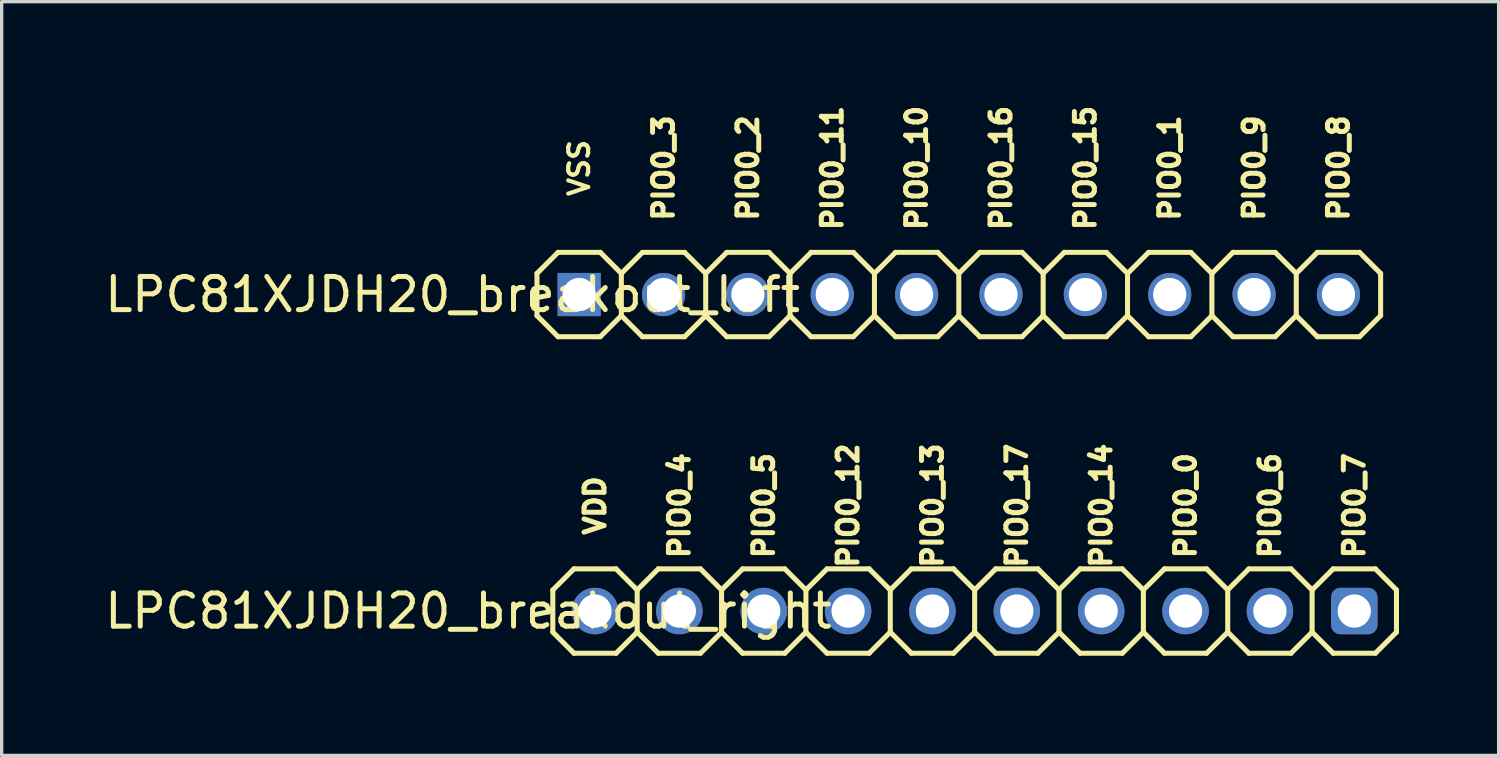
<source format=kicad_pcb>
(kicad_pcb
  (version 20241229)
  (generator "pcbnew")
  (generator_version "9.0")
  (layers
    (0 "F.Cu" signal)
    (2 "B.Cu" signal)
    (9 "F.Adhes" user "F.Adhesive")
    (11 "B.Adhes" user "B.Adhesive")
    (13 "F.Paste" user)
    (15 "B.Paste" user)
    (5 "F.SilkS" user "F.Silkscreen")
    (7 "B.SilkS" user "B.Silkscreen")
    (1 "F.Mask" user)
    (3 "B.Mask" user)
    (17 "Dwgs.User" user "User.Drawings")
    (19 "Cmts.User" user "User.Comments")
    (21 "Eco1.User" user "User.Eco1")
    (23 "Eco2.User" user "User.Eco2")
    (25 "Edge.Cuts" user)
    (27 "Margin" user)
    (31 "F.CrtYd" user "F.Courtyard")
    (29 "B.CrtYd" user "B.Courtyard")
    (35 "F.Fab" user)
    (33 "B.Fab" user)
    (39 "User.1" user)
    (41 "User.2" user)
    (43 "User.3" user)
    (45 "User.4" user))
  (footprint "LPC81XJDH20_breakout_left"
    (layer "F.Cu")
    (at 25.817 5.818)
    (property "Reference" "LPC81XJDH20_breakout_left" (at -15.24 0 0) (layer "F.SilkS") (effects (font (size 1 1) (thickness 0.15))))
    (attr exclude_from_pos_files exclude_from_bom)
    (fp_line (start -12.7 -0.635) (end -12.7 0.635) (stroke (width 0.152) (type solid)) (layer "F.SilkS"))
    (fp_line (start -12.7 0.635) (end -12.065 1.27) (stroke (width 0.152) (type solid)) (layer "F.SilkS"))
    (fp_line (start -12.065 -1.27) (end -12.7 -0.635) (stroke (width 0.152) (type solid)) (layer "F.SilkS"))
    (fp_line (start -12.065 -1.27) (end -10.795 -1.27) (stroke (width 0.152) (type solid)) (layer "F.SilkS"))
    (fp_line (start -10.795 -1.27) (end -10.16 -0.635) (stroke (width 0.152) (type solid)) (layer "F.SilkS"))
    (fp_line (start -10.795 1.27) (end -12.065 1.27) (stroke (width 0.152) (type solid)) (layer "F.SilkS"))
    (fp_line (start -10.16 -0.635) (end -10.16 0.635) (stroke (width 0.152) (type solid)) (layer "F.SilkS"))
    (fp_line (start -10.16 -0.635) (end -9.525 -1.27) (stroke (width 0.152) (type solid)) (layer "F.SilkS"))
    (fp_line (start -10.16 0.635) (end -10.795 1.27) (stroke (width 0.152) (type solid)) (layer "F.SilkS"))
    (fp_line (start -9.525 -1.27) (end -8.255 -1.27) (stroke (width 0.152) (type solid)) (layer "F.SilkS"))
    (fp_line (start -9.525 1.27) (end -10.16 0.635) (stroke (width 0.152) (type solid)) (layer "F.SilkS"))
    (fp_line (start -8.255 -1.27) (end -7.62 -0.635) (stroke (width 0.152) (type solid)) (layer "F.SilkS"))
    (fp_line (start -8.255 1.27) (end -9.525 1.27) (stroke (width 0.152) (type solid)) (layer "F.SilkS"))
    (fp_line (start -7.62 -0.635) (end -7.62 0.635) (stroke (width 0.152) (type solid)) (layer "F.SilkS"))
    (fp_line (start -7.62 -0.635) (end -6.985 -1.27) (stroke (width 0.152) (type solid)) (layer "F.SilkS"))
    (fp_line (start -7.62 0.635) (end -8.255 1.27) (stroke (width 0.152) (type solid)) (layer "F.SilkS"))
    (fp_line (start -6.985 -1.27) (end -5.715 -1.27) (stroke (width 0.152) (type solid)) (layer "F.SilkS"))
    (fp_line (start -6.985 1.27) (end -7.62 0.635) (stroke (width 0.152) (type solid)) (layer "F.SilkS"))
    (fp_line (start -5.715 -1.27) (end -5.08 -0.635) (stroke (width 0.152) (type solid)) (layer "F.SilkS"))
    (fp_line (start -5.715 1.27) (end -6.985 1.27) (stroke (width 0.152) (type solid)) (layer "F.SilkS"))
    (fp_line (start -5.08 -0.635) (end -5.08 0.635) (stroke (width 0.152) (type solid)) (layer "F.SilkS"))
    (fp_line (start -5.08 0.635) (end -5.715 1.27) (stroke (width 0.152) (type solid)) (layer "F.SilkS"))
    (fp_line (start -5.08 0.635) (end -4.445 1.27) (stroke (width 0.152) (type solid)) (layer "F.SilkS"))
    (fp_line (start -4.445 -1.27) (end -5.08 -0.635) (stroke (width 0.152) (type solid)) (layer "F.SilkS"))
    (fp_line (start -4.445 -1.27) (end -3.175 -1.27) (stroke (width 0.152) (type solid)) (layer "F.SilkS"))
    (fp_line (start -3.175 -1.27) (end -2.54 -0.635) (stroke (width 0.152) (type solid)) (layer "F.SilkS"))
    (fp_line (start -3.175 1.27) (end -4.445 1.27) (stroke (width 0.152) (type solid)) (layer "F.SilkS"))
    (fp_line (start -2.54 -0.635) (end -2.54 0.635) (stroke (width 0.152) (type solid)) (layer "F.SilkS"))
    (fp_line (start -2.54 -0.635) (end -1.905 -1.27) (stroke (width 0.152) (type solid)) (layer "F.SilkS"))
    (fp_line (start -2.54 0.635) (end -3.175 1.27) (stroke (width 0.152) (type solid)) (layer "F.SilkS"))
    (fp_line (start -1.905 -1.27) (end -0.635 -1.27) (stroke (width 0.152) (type solid)) (layer "F.SilkS"))
    (fp_line (start -1.905 1.27) (end -2.54 0.635) (stroke (width 0.152) (type solid)) (layer "F.SilkS"))
    (fp_line (start -0.635 -1.27) (end 0 -0.635) (stroke (width 0.152) (type solid)) (layer "F.SilkS"))
    (fp_line (start -0.635 1.27) (end -1.905 1.27) (stroke (width 0.152) (type solid)) (layer "F.SilkS"))
    (fp_line (start 0 -0.635) (end 0 0.635) (stroke (width 0.152) (type solid)) (layer "F.SilkS"))
    (fp_line (start 0 -0.635) (end 0.635 -1.27) (stroke (width 0.152) (type solid)) (layer "F.SilkS"))
    (fp_line (start 0 0.635) (end -0.635 1.27) (stroke (width 0.152) (type solid)) (layer "F.SilkS"))
    (fp_line (start 0.635 -1.27) (end 1.905 -1.27) (stroke (width 0.152) (type solid)) (layer "F.SilkS"))
    (fp_line (start 0.635 1.27) (end 0 0.635) (stroke (width 0.152) (type solid)) (layer "F.SilkS"))
    (fp_line (start 1.905 -1.27) (end 2.54 -0.635) (stroke (width 0.152) (type solid)) (layer "F.SilkS"))
    (fp_line (start 1.905 1.27) (end 0.635 1.27) (stroke (width 0.152) (type solid)) (layer "F.SilkS"))
    (fp_line (start 2.54 -0.635) (end 2.54 0.635) (stroke (width 0.152) (type solid)) (layer "F.SilkS"))
    (fp_line (start 2.54 0.635) (end 1.905 1.27) (stroke (width 0.152) (type solid)) (layer "F.SilkS"))
    (fp_line (start 2.54 0.635) (end 3.175 1.27) (stroke (width 0.152) (type solid)) (layer "F.SilkS"))
    (fp_line (start 3.175 -1.27) (end 2.54 -0.635) (stroke (width 0.152) (type solid)) (layer "F.SilkS"))
    (fp_line (start 3.175 -1.27) (end 4.445 -1.27) (stroke (width 0.152) (type solid)) (layer "F.SilkS"))
    (fp_line (start 4.445 -1.27) (end 5.08 -0.635) (stroke (width 0.152) (type solid)) (layer "F.SilkS"))
    (fp_line (start 4.445 1.27) (end 3.175 1.27) (stroke (width 0.152) (type solid)) (layer "F.SilkS"))
    (fp_line (start 5.08 -0.635) (end 5.08 0.635) (stroke (width 0.152) (type solid)) (layer "F.SilkS"))
    (fp_line (start 5.08 -0.635) (end 5.715 -1.27) (stroke (width 0.152) (type solid)) (layer "F.SilkS"))
    (fp_line (start 5.08 0.635) (end 4.445 1.27) (stroke (width 0.152) (type solid)) (layer "F.SilkS"))
    (fp_line (start 5.715 -1.27) (end 6.985 -1.27) (stroke (width 0.152) (type solid)) (layer "F.SilkS"))
    (fp_line (start 5.715 1.27) (end 5.08 0.635) (stroke (width 0.152) (type solid)) (layer "F.SilkS"))
    (fp_line (start 6.985 -1.27) (end 7.62 -0.635) (stroke (width 0.152) (type solid)) (layer "F.SilkS"))
    (fp_line (start 6.985 1.27) (end 5.715 1.27) (stroke (width 0.152) (type solid)) (layer "F.SilkS"))
    (fp_line (start 7.62 -0.635) (end 7.62 0.635) (stroke (width 0.152) (type solid)) (layer "F.SilkS"))
    (fp_line (start 7.62 -0.635) (end 8.255 -1.27) (stroke (width 0.152) (type solid)) (layer "F.SilkS"))
    (fp_line (start 7.62 0.635) (end 6.985 1.27) (stroke (width 0.152) (type solid)) (layer "F.SilkS"))
    (fp_line (start 8.255 -1.27) (end 9.525 -1.27) (stroke (width 0.152) (type solid)) (layer "F.SilkS"))
    (fp_line (start 8.255 1.27) (end 7.62 0.635) (stroke (width 0.152) (type solid)) (layer "F.SilkS"))
    (fp_line (start 9.525 -1.27) (end 10.16 -0.635) (stroke (width 0.152) (type solid)) (layer "F.SilkS"))
    (fp_line (start 9.525 1.27) (end 8.255 1.27) (stroke (width 0.152) (type solid)) (layer "F.SilkS"))
    (fp_line (start 10.16 -0.635) (end 10.16 0.635) (stroke (width 0.152) (type solid)) (layer "F.SilkS"))
    (fp_line (start 10.16 0.635) (end 9.525 1.27) (stroke (width 0.152) (type solid)) (layer "F.SilkS"))
    (fp_line (start 10.16 0.635) (end 10.795 1.27) (stroke (width 0.152) (type solid)) (layer "F.SilkS"))
    (fp_line (start 10.795 -1.27) (end 10.16 -0.635) (stroke (width 0.152) (type solid)) (layer "F.SilkS"))
    (fp_line (start 10.795 -1.27) (end 12.065 -1.27) (stroke (width 0.152) (type solid)) (layer "F.SilkS"))
    (fp_line (start 12.065 -1.27) (end 12.7 -0.635) (stroke (width 0.152) (type solid)) (layer "F.SilkS"))
    (fp_line (start 12.065 1.27) (end 10.795 1.27) (stroke (width 0.152) (type solid)) (layer "F.SilkS"))
    (fp_line (start 12.7 -0.635) (end 12.7 0.635) (stroke (width 0.152) (type solid)) (layer "F.SilkS"))
    (fp_line (start 12.7 0.635) (end 12.065 1.27) (stroke (width 0.152) (type solid)) (layer "F.SilkS"))
    (fp_text user "PIO0_10" (at -1.27 -3.81 90) (layer "F.SilkS") (effects (font (size 0.6 0.6) (thickness 0.15))))
    (fp_text user "VSS" (at -11.43 -3.81 90) (layer "F.SilkS") (effects (font (size 0.6 0.6) (thickness 0.125))))
    (fp_text user "PIO0_16" (at 1.27 -3.81 90) (layer "F.SilkS") (effects (font (size 0.6 0.6) (thickness 0.15))))
    (fp_text user "PIO0_3" (at -8.89 -3.81 90) (layer "F.SilkS") (effects (font (size 0.6 0.6) (thickness 0.15))))
    (fp_text user "PIO0_1" (at 6.35 -3.81 90) (layer "F.SilkS") (effects (font (size 0.6 0.6) (thickness 0.15))))
    (fp_text user "PIO0_9" (at 8.89 -3.81 90) (layer "F.SilkS") (effects (font (size 0.6 0.6) (thickness 0.15))))
    (fp_text user "PIO0_8" (at 11.43 -3.81 90) (layer "F.SilkS") (effects (font (size 0.6 0.6) (thickness 0.15))))
    (fp_text user "PIO0_2" (at -6.35 -3.81 90) (layer "F.SilkS") (effects (font (size 0.6 0.6) (thickness 0.15))))
    (fp_text user "PIO0_15" (at 3.81 -3.81 90) (layer "F.SilkS") (effects (font (size 0.6 0.6) (thickness 0.15))))
    (fp_text user "PIO0_11" (at -3.81 -3.81 90) (layer "F.SilkS") (effects (font (size 0.6 0.6) (thickness 0.15))))
    (pad "1" thru_hole rect (at -11.43 0 180) (size 1.3 1.3) (drill 1) (layers "*.Cu" "*.Mask"))
    (pad "2" thru_hole circle (at -8.89 0 180) (size 1.3 1.3) (drill 1) (layers "*.Cu" "*.Mask"))
    (pad "3" thru_hole circle (at -6.35 0 180) (size 1.3 1.3) (drill 1) (layers "*.Cu" "*.Mask"))
    (pad "4" thru_hole circle (at -3.81 0 180) (size 1.3 1.3) (drill 1) (layers "*.Cu" "*.Mask"))
    (pad "5" thru_hole circle (at -1.27 0 180) (size 1.3 1.3) (drill 1) (layers "*.Cu" "*.Mask"))
    (pad "6" thru_hole circle (at 1.27 0 180) (size 1.3 1.3) (drill 1) (layers "*.Cu" "*.Mask"))
    (pad "7" thru_hole circle (at 3.81 0 180) (size 1.3 1.3) (drill 1) (layers "*.Cu" "*.Mask"))
    (pad "8" thru_hole circle (at 6.35 0 180) (size 1.3 1.3) (drill 1) (layers "*.Cu" "*.Mask"))
    (pad "9" thru_hole circle (at 8.89 0 180) (size 1.3 1.3) (drill 1) (layers "*.Cu" "*.Mask"))
    (pad "10" thru_hole circle (at 11.43 0 180) (size 1.3 1.3) (drill 1) (layers "*.Cu" "*.Mask")))
  (footprint "LPC81XJDH20_breakout_right"
    (layer "F.Cu")
    (at 26.294 15.347)
    (property "Reference" "LPC81XJDH20_breakout_right" (at -15.24 0 0) (layer "F.SilkS") (effects (font (size 1 1) (thickness 0.15))))
    (attr exclude_from_pos_files exclude_from_bom)
    (fp_line (start -12.7 -0.635) (end -12.7 0.635) (stroke (width 0.152) (type solid)) (layer "F.SilkS"))
    (fp_line (start -12.7 0.635) (end -12.065 1.27) (stroke (width 0.152) (type solid)) (layer "F.SilkS"))
    (fp_line (start -12.065 -1.27) (end -12.7 -0.635) (stroke (width 0.152) (type solid)) (layer "F.SilkS"))
    (fp_line (start -12.065 -1.27) (end -10.795 -1.27) (stroke (width 0.152) (type solid)) (layer "F.SilkS"))
    (fp_line (start -10.795 -1.27) (end -10.16 -0.635) (stroke (width 0.152) (type solid)) (layer "F.SilkS"))
    (fp_line (start -10.795 1.27) (end -12.065 1.27) (stroke (width 0.152) (type solid)) (layer "F.SilkS"))
    (fp_line (start -10.16 -0.635) (end -10.16 0.635) (stroke (width 0.152) (type solid)) (layer "F.SilkS"))
    (fp_line (start -10.16 -0.635) (end -9.525 -1.27) (stroke (width 0.152) (type solid)) (layer "F.SilkS"))
    (fp_line (start -10.16 0.635) (end -10.795 1.27) (stroke (width 0.152) (type solid)) (layer "F.SilkS"))
    (fp_line (start -9.525 -1.27) (end -8.255 -1.27) (stroke (width 0.152) (type solid)) (layer "F.SilkS"))
    (fp_line (start -9.525 1.27) (end -10.16 0.635) (stroke (width 0.152) (type solid)) (layer "F.SilkS"))
    (fp_line (start -8.255 -1.27) (end -7.62 -0.635) (stroke (width 0.152) (type solid)) (layer "F.SilkS"))
    (fp_line (start -8.255 1.27) (end -9.525 1.27) (stroke (width 0.152) (type solid)) (layer "F.SilkS"))
    (fp_line (start -7.62 -0.635) (end -7.62 0.635) (stroke (width 0.152) (type solid)) (layer "F.SilkS"))
    (fp_line (start -7.62 -0.635) (end -6.985 -1.27) (stroke (width 0.152) (type solid)) (layer "F.SilkS"))
    (fp_line (start -7.62 0.635) (end -8.255 1.27) (stroke (width 0.152) (type solid)) (layer "F.SilkS"))
    (fp_line (start -6.985 -1.27) (end -5.715 -1.27) (stroke (width 0.152) (type solid)) (layer "F.SilkS"))
    (fp_line (start -6.985 1.27) (end -7.62 0.635) (stroke (width 0.152) (type solid)) (layer "F.SilkS"))
    (fp_line (start -5.715 -1.27) (end -5.08 -0.635) (stroke (width 0.152) (type solid)) (layer "F.SilkS"))
    (fp_line (start -5.715 1.27) (end -6.985 1.27) (stroke (width 0.152) (type solid)) (layer "F.SilkS"))
    (fp_line (start -5.08 -0.635) (end -5.08 0.635) (stroke (width 0.152) (type solid)) (layer "F.SilkS"))
    (fp_line (start -5.08 0.635) (end -5.715 1.27) (stroke (width 0.152) (type solid)) (layer "F.SilkS"))
    (fp_line (start -5.08 0.635) (end -4.445 1.27) (stroke (width 0.152) (type solid)) (layer "F.SilkS"))
    (fp_line (start -4.445 -1.27) (end -5.08 -0.635) (stroke (width 0.152) (type solid)) (layer "F.SilkS"))
    (fp_line (start -4.445 -1.27) (end -3.175 -1.27) (stroke (width 0.152) (type solid)) (layer "F.SilkS"))
    (fp_line (start -3.175 -1.27) (end -2.54 -0.635) (stroke (width 0.152) (type solid)) (layer "F.SilkS"))
    (fp_line (start -3.175 1.27) (end -4.445 1.27) (stroke (width 0.152) (type solid)) (layer "F.SilkS"))
    (fp_line (start -2.54 -0.635) (end -2.54 0.635) (stroke (width 0.152) (type solid)) (layer "F.SilkS"))
    (fp_line (start -2.54 -0.635) (end -1.905 -1.27) (stroke (width 0.152) (type solid)) (layer "F.SilkS"))
    (fp_line (start -2.54 0.635) (end -3.175 1.27) (stroke (width 0.152) (type solid)) (layer "F.SilkS"))
    (fp_line (start -1.905 -1.27) (end -0.635 -1.27) (stroke (width 0.152) (type solid)) (layer "F.SilkS"))
    (fp_line (start -1.905 1.27) (end -2.54 0.635) (stroke (width 0.152) (type solid)) (layer "F.SilkS"))
    (fp_line (start -0.635 -1.27) (end 0 -0.635) (stroke (width 0.152) (type solid)) (layer "F.SilkS"))
    (fp_line (start -0.635 1.27) (end -1.905 1.27) (stroke (width 0.152) (type solid)) (layer "F.SilkS"))
    (fp_line (start 0 -0.635) (end 0 0.635) (stroke (width 0.152) (type solid)) (layer "F.SilkS"))
    (fp_line (start 0 -0.635) (end 0.635 -1.27) (stroke (width 0.152) (type solid)) (layer "F.SilkS"))
    (fp_line (start 0 0.635) (end -0.635 1.27) (stroke (width 0.152) (type solid)) (layer "F.SilkS"))
    (fp_line (start 0.635 -1.27) (end 1.905 -1.27) (stroke (width 0.152) (type solid)) (layer "F.SilkS"))
    (fp_line (start 0.635 1.27) (end 0 0.635) (stroke (width 0.152) (type solid)) (layer "F.SilkS"))
    (fp_line (start 1.905 -1.27) (end 2.54 -0.635) (stroke (width 0.152) (type solid)) (layer "F.SilkS"))
    (fp_line (start 1.905 1.27) (end 0.635 1.27) (stroke (width 0.152) (type solid)) (layer "F.SilkS"))
    (fp_line (start 2.54 -0.635) (end 2.54 0.635) (stroke (width 0.152) (type solid)) (layer "F.SilkS"))
    (fp_line (start 2.54 0.635) (end 1.905 1.27) (stroke (width 0.152) (type solid)) (layer "F.SilkS"))
    (fp_line (start 2.54 0.635) (end 3.175 1.27) (stroke (width 0.152) (type solid)) (layer "F.SilkS"))
    (fp_line (start 3.175 -1.27) (end 2.54 -0.635) (stroke (width 0.152) (type solid)) (layer "F.SilkS"))
    (fp_line (start 3.175 -1.27) (end 4.445 -1.27) (stroke (width 0.152) (type solid)) (layer "F.SilkS"))
    (fp_line (start 4.445 -1.27) (end 5.08 -0.635) (stroke (width 0.152) (type solid)) (layer "F.SilkS"))
    (fp_line (start 4.445 1.27) (end 3.175 1.27) (stroke (width 0.152) (type solid)) (layer "F.SilkS"))
    (fp_line (start 5.08 -0.635) (end 5.08 0.635) (stroke (width 0.152) (type solid)) (layer "F.SilkS"))
    (fp_line (start 5.08 -0.635) (end 5.715 -1.27) (stroke (width 0.152) (type solid)) (layer "F.SilkS"))
    (fp_line (start 5.08 0.635) (end 4.445 1.27) (stroke (width 0.152) (type solid)) (layer "F.SilkS"))
    (fp_line (start 5.715 -1.27) (end 6.985 -1.27) (stroke (width 0.152) (type solid)) (layer "F.SilkS"))
    (fp_line (start 5.715 1.27) (end 5.08 0.635) (stroke (width 0.152) (type solid)) (layer "F.SilkS"))
    (fp_line (start 6.985 -1.27) (end 7.62 -0.635) (stroke (width 0.152) (type solid)) (layer "F.SilkS"))
    (fp_line (start 6.985 1.27) (end 5.715 1.27) (stroke (width 0.152) (type solid)) (layer "F.SilkS"))
    (fp_line (start 7.62 -0.635) (end 7.62 0.635) (stroke (width 0.152) (type solid)) (layer "F.SilkS"))
    (fp_line (start 7.62 -0.635) (end 8.255 -1.27) (stroke (width 0.152) (type solid)) (layer "F.SilkS"))
    (fp_line (start 7.62 0.635) (end 6.985 1.27) (stroke (width 0.152) (type solid)) (layer "F.SilkS"))
    (fp_line (start 8.255 -1.27) (end 9.525 -1.27) (stroke (width 0.152) (type solid)) (layer "F.SilkS"))
    (fp_line (start 8.255 1.27) (end 7.62 0.635) (stroke (width 0.152) (type solid)) (layer "F.SilkS"))
    (fp_line (start 9.525 -1.27) (end 10.16 -0.635) (stroke (width 0.152) (type solid)) (layer "F.SilkS"))
    (fp_line (start 9.525 1.27) (end 8.255 1.27) (stroke (width 0.152) (type solid)) (layer "F.SilkS"))
    (fp_line (start 10.16 -0.635) (end 10.16 0.635) (stroke (width 0.152) (type solid)) (layer "F.SilkS"))
    (fp_line (start 10.16 0.635) (end 9.525 1.27) (stroke (width 0.152) (type solid)) (layer "F.SilkS"))
    (fp_line (start 10.16 0.635) (end 10.795 1.27) (stroke (width 0.152) (type solid)) (layer "F.SilkS"))
    (fp_line (start 10.795 -1.27) (end 10.16 -0.635) (stroke (width 0.152) (type solid)) (layer "F.SilkS"))
    (fp_line (start 10.795 -1.27) (end 12.065 -1.27) (stroke (width 0.152) (type solid)) (layer "F.SilkS"))
    (fp_line (start 12.065 -1.27) (end 12.7 -0.635) (stroke (width 0.152) (type solid)) (layer "F.SilkS"))
    (fp_line (start 12.065 1.27) (end 10.795 1.27) (stroke (width 0.152) (type solid)) (layer "F.SilkS"))
    (fp_line (start 12.7 -0.635) (end 12.7 0.635) (stroke (width 0.152) (type solid)) (layer "F.SilkS"))
    (fp_line (start 12.7 0.635) (end 12.065 1.27) (stroke (width 0.152) (type solid)) (layer "F.SilkS"))
    (fp_text user "PIO0_13" (at -1.27 -3.175 90) (layer "F.SilkS") (effects (font (size 0.6 0.6) (thickness 0.15))))
    (fp_text user "VDD" (at -11.43 -3.175 90) (layer "F.SilkS") (effects (font (size 0.6 0.6) (thickness 0.15))))
    (fp_text user "PIO0_6" (at 8.89 -3.175 90) (layer "F.SilkS") (effects (font (size 0.6 0.6) (thickness 0.15))))
    (fp_text user "PIO0_7" (at 11.43 -3.175 90) (layer "F.SilkS") (effects (font (size 0.6 0.6) (thickness 0.15))))
    (fp_text user "PIO0_0" (at 6.35 -3.175 90) (layer "F.SilkS") (effects (font (size 0.6 0.6) (thickness 0.15))))
    (fp_text user "PIO0_12" (at -3.81 -3.175 90) (layer "F.SilkS") (effects (font (size 0.6 0.6) (thickness 0.15))))
    (fp_text user "PIO0_14" (at 3.81 -3.175 90) (layer "F.SilkS") (effects (font (size 0.6 0.6) (thickness 0.15))))
    (fp_text user "PIO0_17" (at 1.27 -3.175 90) (layer "F.SilkS") (effects (font (size 0.6 0.6) (thickness 0.15))))
    (fp_text user "PIO0_4" (at -8.89 -3.175 90) (layer "F.SilkS") (effects (font (size 0.6 0.6) (thickness 0.15))))
    (fp_text user "PIO0_5" (at -6.35 -3.175 90) (layer "F.SilkS") (effects (font (size 0.6 0.6) (thickness 0.15))))
    (pad "1" thru_hole roundrect (at 11.43 0 180) (size 1.4 1.4) (drill 1) (layers "*.Cu" "*.Mask") (roundrect_rratio 0.2))
    (pad "2" thru_hole circle (at 8.89 0 180) (size 1.4 1.4) (drill 1) (layers "*.Cu" "*.Mask"))
    (pad "3" thru_hole circle (at 6.35 0 180) (size 1.4 1.4) (drill 1) (layers "*.Cu" "*.Mask"))
    (pad "4" thru_hole circle (at 3.81 0 180) (size 1.4 1.4) (drill 1) (layers "*.Cu" "*.Mask"))
    (pad "5" thru_hole circle (at 1.27 0 180) (size 1.4 1.4) (drill 1) (layers "*.Cu" "*.Mask"))
    (pad "6" thru_hole circle (at -1.27 0 180) (size 1.4 1.4) (drill 1) (layers "*.Cu" "*.Mask"))
    (pad "7" thru_hole circle (at -3.81 0 180) (size 1.4 1.4) (drill 1) (layers "*.Cu" "*.Mask"))
    (pad "8" thru_hole circle (at -6.35 0 180) (size 1.4 1.4) (drill 1) (layers "*.Cu" "*.Mask"))
    (pad "9" thru_hole circle (at -8.89 0 180) (size 1.4 1.4) (drill 1) (layers "*.Cu" "*.Mask"))
    (pad "10" thru_hole circle (at -11.43 0 180) (size 1.4 1.4) (drill 1) (layers "*.Cu" "*.Mask")))
  (gr_rect
    (start -3 -3)
    (end 42.07 19.693)
    (stroke (width 0.1) (type default))
    (fill no)
    (layer "Edge.Cuts")))
</source>
